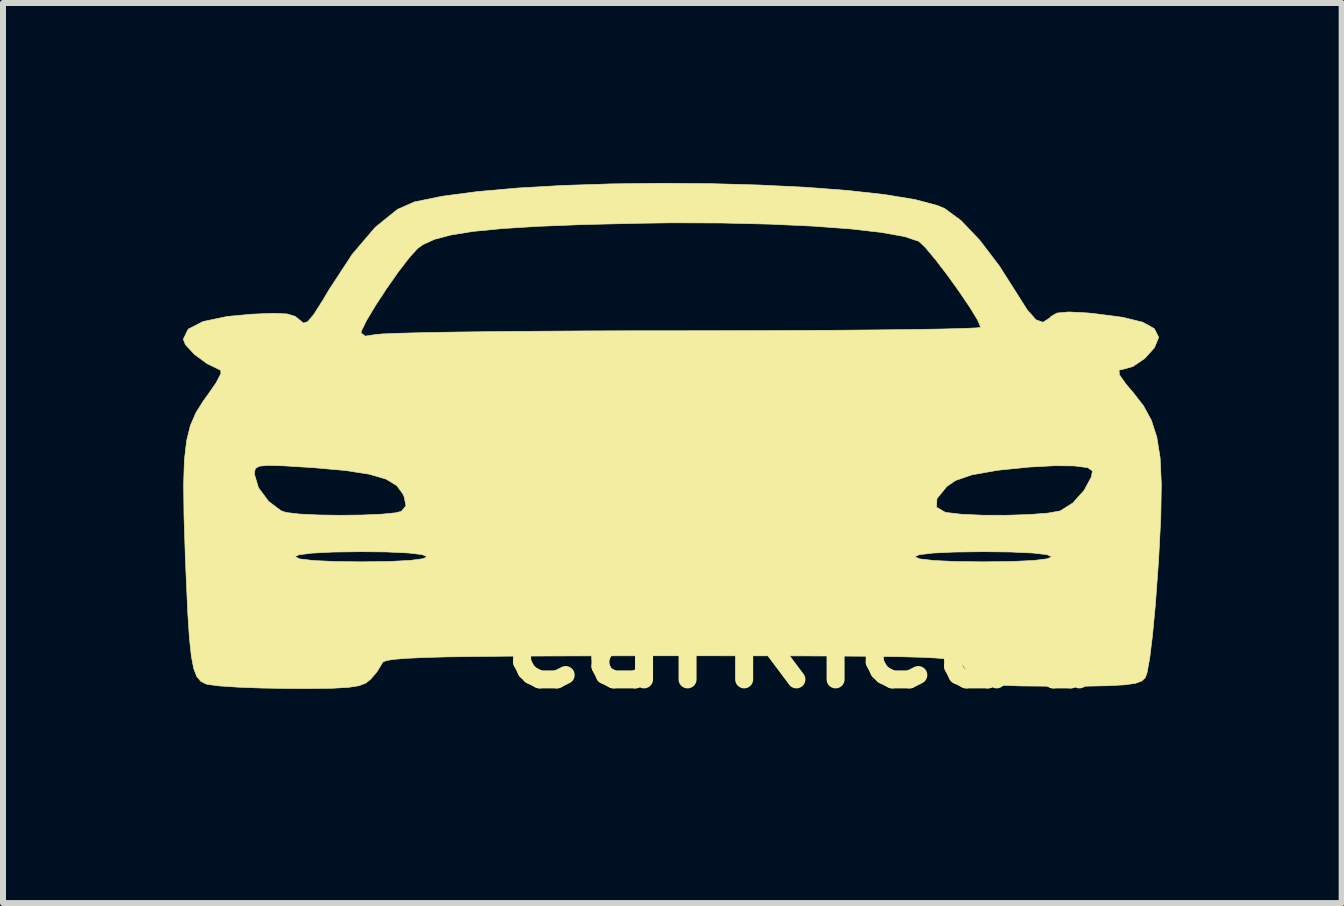
<source format=kicad_pcb>
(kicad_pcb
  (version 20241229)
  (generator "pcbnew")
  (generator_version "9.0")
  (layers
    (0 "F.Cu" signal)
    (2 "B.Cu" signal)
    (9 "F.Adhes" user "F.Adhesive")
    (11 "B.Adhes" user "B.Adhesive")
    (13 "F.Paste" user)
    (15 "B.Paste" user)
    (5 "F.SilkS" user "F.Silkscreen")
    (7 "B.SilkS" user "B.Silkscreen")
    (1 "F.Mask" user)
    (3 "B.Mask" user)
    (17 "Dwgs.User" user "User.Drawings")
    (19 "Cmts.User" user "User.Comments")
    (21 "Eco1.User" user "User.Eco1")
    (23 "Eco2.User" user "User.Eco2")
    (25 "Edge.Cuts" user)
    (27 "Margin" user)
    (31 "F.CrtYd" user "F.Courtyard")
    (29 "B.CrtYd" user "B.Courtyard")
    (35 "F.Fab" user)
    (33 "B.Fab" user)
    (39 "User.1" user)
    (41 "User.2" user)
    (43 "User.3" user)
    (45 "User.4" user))
  (footprint "carKicad"
    (layer "F.Cu")
    (at 10.334 7.585)
    (property "Reference" "carKicad" (at 0 0 0) (layer "F.SilkS") (effects (font (size 1.524 1.524) (thickness 0.3))))
    (attr through_hole)
    (fp_poly (pts (xy -1.541 -7.574) (xy -0.729 -7.551) (xy 0.041 -7.514) (xy 0.746 -7.46) (xy 1.362 -7.392) (xy 1.867 -7.309) (xy 2.237 -7.211) (xy 2.362 -7.159) (xy 2.638 -6.956) (xy 2.951 -6.626) (xy 3.277 -6.197) (xy 3.542 -5.78) (xy 3.737 -5.472) (xy 3.883 -5.305) (xy 4.001 -5.263) (xy 4.111 -5.333) (xy 4.135 -5.36) (xy 4.235 -5.417) (xy 4.43 -5.435) (xy 4.752 -5.418) (xy 4.844 -5.409) (xy 5.331 -5.346) (xy 5.664 -5.264) (xy 5.857 -5.157) (xy 5.926 -5.02) (xy 5.927 -5.004) (xy 5.859 -4.839) (xy 5.698 -4.661) (xy 5.502 -4.527) (xy 5.365 -4.487) (xy 5.269 -4.466) (xy 5.275 -4.387) (xy 5.389 -4.227) (xy 5.501 -4.096) (xy 5.677 -3.87) (xy 5.808 -3.629) (xy 5.899 -3.347) (xy 5.954 -3.001) (xy 5.974 -2.566) (xy 5.965 -2.018) (xy 5.93 -1.331) (xy 5.919 -1.167) (xy 5.875 -0.562) (xy 5.828 -0.057) (xy 5.781 0.329) (xy 5.736 0.578) (xy 5.705 0.663) (xy 5.646 0.717) (xy 5.542 0.755) (xy 5.367 0.78) (xy 5.097 0.795) (xy 4.706 0.803) (xy 4.226 0.804) (xy 3.631 0.799) (xy 3.201 0.783) (xy 2.933 0.755) (xy 2.822 0.716) (xy 2.819 0.711) (xy 2.747 0.571) (xy 2.671 0.457) (xy 2.64 0.422) (xy 2.593 0.393) (xy 2.515 0.369) (xy 2.395 0.349) (xy 2.218 0.333) (xy 1.972 0.321) (xy 1.642 0.312) (xy 1.216 0.305) (xy 0.68 0.301) (xy 0.021 0.298) (xy -0.775 0.297) (xy -1.721 0.296) (xy -2.209 0.296) (xy -3.25 0.297) (xy -4.134 0.299) (xy -4.873 0.302) (xy -5.478 0.308) (xy -5.963 0.315) (xy -6.339 0.326) (xy -6.619 0.339) (xy -6.813 0.355) (xy -6.935 0.374) (xy -6.997 0.397) (xy -7.01 0.413) (xy -7.097 0.559) (xy -7.207 0.688) (xy -7.287 0.751) (xy -7.399 0.795) (xy -7.572 0.822) (xy -7.834 0.837) (xy -8.216 0.842) (xy -8.572 0.841) (xy -9.022 0.834) (xy -9.422 0.819) (xy -9.736 0.798) (xy -9.929 0.772) (xy -9.959 0.763) (xy -10.041 0.717) (xy -10.106 0.638) (xy -10.156 0.505) (xy -10.195 0.299) (xy -10.227 -0.002) (xy -10.254 -0.419) (xy -10.279 -0.972) (xy -10.295 -1.355) (xy -8.467 -1.355) (xy -8.385 -1.318) (xy -8.152 -1.291) (xy -7.784 -1.275) (xy -7.366 -1.27) (xy -6.895 -1.276) (xy -6.544 -1.294) (xy -6.328 -1.323) (xy -6.265 -1.355) (xy 1.863 -1.355) (xy 1.944 -1.319) (xy 2.179 -1.292) (xy 2.549 -1.275) (xy 3.006 -1.27) (xy 3.488 -1.276) (xy 3.851 -1.293) (xy 4.076 -1.321) (xy 4.149 -1.355) (xy 4.067 -1.39) (xy 3.833 -1.417) (xy 3.462 -1.434) (xy 3.006 -1.439) (xy 2.523 -1.433) (xy 2.16 -1.416) (xy 1.935 -1.388) (xy 1.863 -1.355) (xy -6.265 -1.355) (xy -6.347 -1.391) (xy -6.58 -1.418) (xy -6.948 -1.435) (xy -7.366 -1.439) (xy -7.837 -1.433) (xy -8.188 -1.415) (xy -8.404 -1.387) (xy -8.467 -1.355) (xy -10.295 -1.355) (xy -10.295 -1.363) (xy -10.317 -2.033) (xy -10.323 -2.561) (xy -10.318 -2.733) (xy -9.144 -2.733) (xy -9.076 -2.506) (xy -8.908 -2.279) (xy -8.699 -2.121) (xy -8.613 -2.092) (xy -8.39 -2.066) (xy -8.075 -2.051) (xy -7.713 -2.046) (xy -7.347 -2.05) (xy -7.025 -2.064) (xy -6.79 -2.087) (xy -6.693 -2.112) (xy -6.637 -2.18) (xy 2.226 -2.18) (xy 2.372 -2.096) (xy 2.392 -2.092) (xy 2.649 -2.062) (xy 2.999 -2.047) (xy 3.39 -2.046) (xy 3.769 -2.058) (xy 4.084 -2.082) (xy 4.285 -2.118) (xy 4.289 -2.119) (xy 4.497 -2.25) (xy 4.687 -2.461) (xy 4.808 -2.686) (xy 4.826 -2.786) (xy 4.747 -2.84) (xy 4.527 -2.869) (xy 4.195 -2.872) (xy 3.777 -2.85) (xy 3.3 -2.802) (xy 3.223 -2.792) (xy 2.815 -2.72) (xy 2.541 -2.625) (xy 2.398 -2.526) (xy 2.234 -2.325) (xy 2.226 -2.18) (xy -6.637 -2.18) (xy -6.617 -2.203) (xy -6.647 -2.353) (xy -6.668 -2.402) (xy -6.771 -2.541) (xy -6.949 -2.649) (xy -7.225 -2.73) (xy -7.622 -2.792) (xy -8.161 -2.84) (xy -8.275 -2.847) (xy -8.665 -2.871) (xy -8.917 -2.878) (xy -9.06 -2.865) (xy -9.126 -2.827) (xy -9.143 -2.761) (xy -9.144 -2.733) (xy -10.318 -2.733) (xy -10.31 -2.971) (xy -10.273 -3.29) (xy -10.21 -3.544) (xy -10.117 -3.758) (xy -9.99 -3.959) (xy -9.931 -4.039) (xy -9.782 -4.253) (xy -9.702 -4.407) (xy -9.703 -4.462) (xy -9.931 -4.573) (xy -10.144 -4.729) (xy -10.292 -4.888) (xy -10.329 -4.98) (xy -10.278 -5.085) (xy -7.366 -5.085) (xy -7.296 -5.032) (xy -7.133 -5.057) (xy -7.008 -5.069) (xy -6.728 -5.08) (xy -6.312 -5.091) (xy -5.773 -5.1) (xy -5.128 -5.108) (xy -4.393 -5.114) (xy -3.583 -5.119) (xy -2.714 -5.122) (xy -1.968 -5.122) (xy -1.072 -5.123) (xy -0.228 -5.126) (xy 0.548 -5.13) (xy 1.243 -5.136) (xy 1.84 -5.143) (xy 2.325 -5.151) (xy 2.684 -5.16) (xy 2.901 -5.17) (xy 2.963 -5.179) (xy 2.915 -5.295) (xy 2.787 -5.505) (xy 2.608 -5.77) (xy 2.406 -6.052) (xy 2.207 -6.311) (xy 2.04 -6.511) (xy 1.932 -6.612) (xy 1.931 -6.613) (xy 1.694 -6.692) (xy 1.307 -6.761) (xy 0.791 -6.82) (xy 0.163 -6.866) (xy -0.555 -6.899) (xy -1.346 -6.918) (xy -2.189 -6.921) (xy -2.752 -6.913) (xy -3.655 -6.892) (xy -4.404 -6.863) (xy -5.013 -6.825) (xy -5.496 -6.778) (xy -5.868 -6.718) (xy -6.144 -6.645) (xy -6.338 -6.556) (xy -6.425 -6.492) (xy -6.565 -6.337) (xy -6.747 -6.1) (xy -6.944 -5.819) (xy -7.129 -5.536) (xy -7.276 -5.29) (xy -7.358 -5.122) (xy -7.366 -5.085) (xy -10.278 -5.085) (xy -10.247 -5.148) (xy -10.001 -5.275) (xy -9.591 -5.361) (xy -9.184 -5.398) (xy -8.826 -5.413) (xy -8.598 -5.402) (xy -8.462 -5.361) (xy -8.389 -5.301) (xy -8.325 -5.25) (xy -8.254 -5.273) (xy -8.154 -5.393) (xy -8.004 -5.628) (xy -7.902 -5.801) (xy -7.515 -6.393) (xy -7.131 -6.844) (xy -6.76 -7.144) (xy -6.477 -7.269) (xy -6.013 -7.364) (xy -5.431 -7.441) (xy -4.753 -7.501) (xy -4.001 -7.544) (xy -3.2 -7.57) (xy -2.373 -7.58) (xy -1.541 -7.574)) (stroke (width 0.01) (type solid)) (fill yes) (layer "F.SilkS")))
  (gr_rect
    (start -3 -3)
    (end 19.314 12.003)
    (stroke (width 0.1) (type default))
    (fill no)
    (layer "Edge.Cuts")))
</source>
